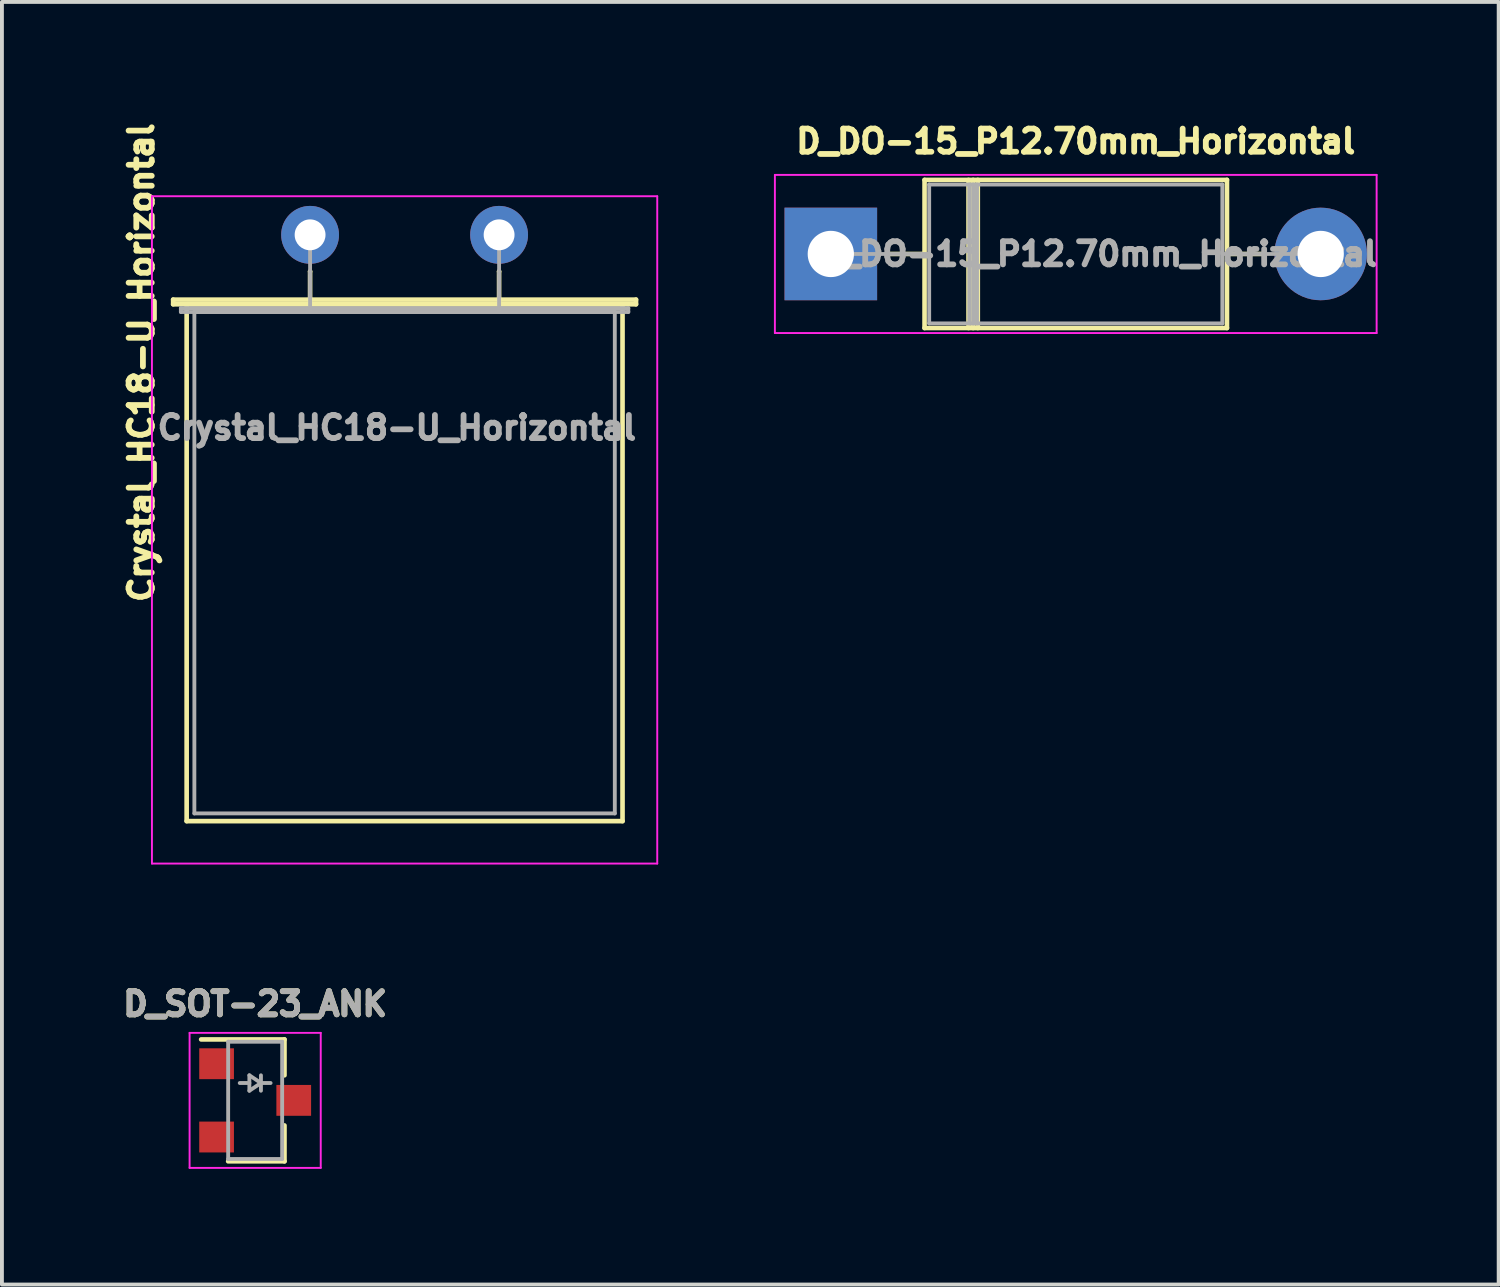
<source format=kicad_pcb>
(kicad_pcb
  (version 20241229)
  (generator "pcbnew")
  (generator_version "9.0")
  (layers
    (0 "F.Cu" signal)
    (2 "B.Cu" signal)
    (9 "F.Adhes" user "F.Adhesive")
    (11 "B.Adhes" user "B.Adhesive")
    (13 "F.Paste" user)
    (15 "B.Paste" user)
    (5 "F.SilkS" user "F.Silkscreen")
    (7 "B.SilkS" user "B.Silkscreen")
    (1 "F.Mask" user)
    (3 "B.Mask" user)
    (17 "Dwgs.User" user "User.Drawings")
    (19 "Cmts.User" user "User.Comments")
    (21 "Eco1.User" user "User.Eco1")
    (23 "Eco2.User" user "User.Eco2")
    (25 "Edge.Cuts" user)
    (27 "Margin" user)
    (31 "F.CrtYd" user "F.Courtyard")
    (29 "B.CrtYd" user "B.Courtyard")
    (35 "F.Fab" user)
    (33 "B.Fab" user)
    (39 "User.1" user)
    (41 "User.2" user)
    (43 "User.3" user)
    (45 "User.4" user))
  (footprint "D_SOT-23_ANK"
    (layer "F.Cu")
    (at 3.565 25.477)
    (property "Reference" "D_SOT-23_ANK" (at 0 -2.5 0) (layer "F.SilkS") (effects (font (size 0.6 0.6) (thickness 0.15))))
    (attr smd)
    (fp_line (start 0.76 -1.58) (end -1.4 -1.58) (stroke (width 0.12) (type solid)) (layer "F.SilkS"))
    (fp_line (start 0.76 -1.58) (end 0.76 -0.65) (stroke (width 0.12) (type solid)) (layer "F.SilkS"))
    (fp_line (start 0.76 1.58) (end -0.7 1.58) (stroke (width 0.12) (type solid)) (layer "F.SilkS"))
    (fp_line (start 0.76 1.58) (end 0.76 0.65) (stroke (width 0.12) (type solid)) (layer "F.SilkS"))
    (fp_line (start -1.7 -1.75) (end 1.7 -1.75) (stroke (width 0.05) (type solid)) (layer "F.CrtYd"))
    (fp_line (start -1.7 1.75) (end -1.7 -1.75) (stroke (width 0.05) (type solid)) (layer "F.CrtYd"))
    (fp_line (start 1.7 -1.75) (end 1.7 1.75) (stroke (width 0.05) (type solid)) (layer "F.CrtYd"))
    (fp_line (start 1.7 1.75) (end -1.7 1.75) (stroke (width 0.05) (type solid)) (layer "F.CrtYd"))
    (fp_line (start -0.7 -1.52) (end -0.7 1.52) (stroke (width 0.1) (type solid)) (layer "F.Fab"))
    (fp_line (start -0.7 -1.52) (end 0.7 -1.52) (stroke (width 0.1) (type solid)) (layer "F.Fab"))
    (fp_line (start -0.7 1.52) (end 0.7 1.52) (stroke (width 0.1) (type solid)) (layer "F.Fab"))
    (fp_line (start -0.15 -0.65) (end -0.15 -0.25) (stroke (width 0.1) (type solid)) (layer "F.Fab"))
    (fp_line (start -0.15 -0.45) (end -0.4 -0.45) (stroke (width 0.1) (type solid)) (layer "F.Fab"))
    (fp_line (start -0.15 -0.25) (end 0.15 -0.45) (stroke (width 0.1) (type solid)) (layer "F.Fab"))
    (fp_line (start 0.15 -0.65) (end 0.15 -0.25) (stroke (width 0.1) (type solid)) (layer "F.Fab"))
    (fp_line (start 0.15 -0.45) (end -0.15 -0.65) (stroke (width 0.1) (type solid)) (layer "F.Fab"))
    (fp_line (start 0.15 -0.45) (end 0.4 -0.45) (stroke (width 0.1) (type solid)) (layer "F.Fab"))
    (fp_line (start 0.7 -1.52) (end 0.7 1.52) (stroke (width 0.1) (type solid)) (layer "F.Fab"))
    (fp_text user "${REFERENCE}" (at 0 -2.5 0) (layer "F.Fab") (effects (font (size 0.6 0.6) (thickness 0.15))))
    (pad "" smd rect (at -1 0.95) (size 0.9 0.8) (layers "F.Cu" "F.Mask" "F.Paste"))
    (pad "1" smd rect (at 1 0) (size 0.9 0.8) (layers "F.Cu" "F.Mask" "F.Paste"))
    (pad "2" smd rect (at -1 -0.95) (size 0.9 0.8) (layers "F.Cu" "F.Mask" "F.Paste")))
  (footprint "D_DO-15_P12.70mm_Horizontal"
    (layer "F.Cu")
    (at 18.489 3.534)
    (property "Reference" "D_DO-15_P12.70mm_Horizontal" (at 6.35 -2.92 0) (layer "F.SilkS") (effects (font (size 0.6 0.6) (thickness 0.15))))
    (attr through_hole)
    (fp_line (start 1.44 0) (end 2.43 0) (stroke (width 0.12) (type solid)) (layer "F.SilkS"))
    (fp_line (start 2.43 -1.92) (end 2.43 1.92) (stroke (width 0.12) (type solid)) (layer "F.SilkS"))
    (fp_line (start 2.43 1.92) (end 10.27 1.92) (stroke (width 0.12) (type solid)) (layer "F.SilkS"))
    (fp_line (start 3.57 -1.92) (end 3.57 1.92) (stroke (width 0.12) (type solid)) (layer "F.SilkS"))
    (fp_line (start 3.69 -1.92) (end 3.69 1.92) (stroke (width 0.12) (type solid)) (layer "F.SilkS"))
    (fp_line (start 3.81 -1.92) (end 3.81 1.92) (stroke (width 0.12) (type solid)) (layer "F.SilkS"))
    (fp_line (start 10.27 -1.92) (end 2.43 -1.92) (stroke (width 0.12) (type solid)) (layer "F.SilkS"))
    (fp_line (start 10.27 1.92) (end 10.27 -1.92) (stroke (width 0.12) (type solid)) (layer "F.SilkS"))
    (fp_line (start 11.26 0) (end 10.27 0) (stroke (width 0.12) (type solid)) (layer "F.SilkS"))
    (fp_line (start -1.45 -2.05) (end -1.45 2.05) (stroke (width 0.05) (type solid)) (layer "F.CrtYd"))
    (fp_line (start -1.45 2.05) (end 14.15 2.05) (stroke (width 0.05) (type solid)) (layer "F.CrtYd"))
    (fp_line (start 14.15 -2.05) (end -1.45 -2.05) (stroke (width 0.05) (type solid)) (layer "F.CrtYd"))
    (fp_line (start 14.15 2.05) (end 14.15 -2.05) (stroke (width 0.05) (type solid)) (layer "F.CrtYd"))
    (fp_line (start 0 0) (end 2.55 0) (stroke (width 0.1) (type solid)) (layer "F.Fab"))
    (fp_line (start 2.55 -1.8) (end 2.55 1.8) (stroke (width 0.1) (type solid)) (layer "F.Fab"))
    (fp_line (start 2.55 1.8) (end 10.15 1.8) (stroke (width 0.1) (type solid)) (layer "F.Fab"))
    (fp_line (start 3.59 -1.8) (end 3.59 1.8) (stroke (width 0.1) (type solid)) (layer "F.Fab"))
    (fp_line (start 3.69 -1.8) (end 3.69 1.8) (stroke (width 0.1) (type solid)) (layer "F.Fab"))
    (fp_line (start 3.79 -1.8) (end 3.79 1.8) (stroke (width 0.1) (type solid)) (layer "F.Fab"))
    (fp_line (start 10.15 -1.8) (end 2.55 -1.8) (stroke (width 0.1) (type solid)) (layer "F.Fab"))
    (fp_line (start 10.15 1.8) (end 10.15 -1.8) (stroke (width 0.1) (type solid)) (layer "F.Fab"))
    (fp_line (start 12.7 0) (end 10.15 0) (stroke (width 0.1) (type solid)) (layer "F.Fab"))
    (fp_text user "${REFERENCE}" (at 6.92 0 0) (layer "F.Fab") (effects (font (size 0.6 0.6) (thickness 0.15))))
    (pad "1" thru_hole rect (at 0 0) (size 2.4 2.4) (drill 1.2) (layers "*.Cu" "*.Mask"))
    (pad "2" thru_hole oval (at 12.7 0) (size 2.4 2.4) (drill 1.2) (layers "*.Cu" "*.Mask")))
  (footprint "Crystal_HC18-U_Horizontal"
    (layer "F.Cu")
    (at 4.989 3.038)
    (property "Reference" "Crystal_HC18-U_Horizontal" (at -4.375 3.312 90) (layer "F.SilkS") (effects (font (size 0.6 0.6) (thickness 0.15))))
    (attr through_hole)
    (fp_line (start -3.55 1.68) (end 8.45 1.68) (stroke (width 0.12) (type solid)) (layer "F.SilkS"))
    (fp_line (start -3.55 1.8) (end -3.55 1.68) (stroke (width 0.12) (type solid)) (layer "F.SilkS"))
    (fp_line (start -3.2 1.8) (end -3.2 15.2) (stroke (width 0.12) (type solid)) (layer "F.SilkS"))
    (fp_line (start -3.2 15.2) (end 8.1 15.2) (stroke (width 0.12) (type solid)) (layer "F.SilkS"))
    (fp_line (start 0 0.95) (end 0 0.95) (stroke (width 0.12) (type solid)) (layer "F.SilkS"))
    (fp_line (start 0 1.8) (end 0 0.95) (stroke (width 0.12) (type solid)) (layer "F.SilkS"))
    (fp_line (start 4.9 0.95) (end 4.9 0.95) (stroke (width 0.12) (type solid)) (layer "F.SilkS"))
    (fp_line (start 4.9 1.8) (end 4.9 0.95) (stroke (width 0.12) (type solid)) (layer "F.SilkS"))
    (fp_line (start 8.1 1.8) (end -3.2 1.8) (stroke (width 0.12) (type solid)) (layer "F.SilkS"))
    (fp_line (start 8.1 15.2) (end 8.1 1.8) (stroke (width 0.12) (type solid)) (layer "F.SilkS"))
    (fp_line (start 8.45 1.68) (end 8.45 1.8) (stroke (width 0.12) (type solid)) (layer "F.SilkS"))
    (fp_line (start 8.45 1.8) (end -3.55 1.8) (stroke (width 0.12) (type solid)) (layer "F.SilkS"))
    (fp_line (start -4.1 -1) (end -4.1 16.3) (stroke (width 0.05) (type solid)) (layer "F.CrtYd"))
    (fp_line (start -4.1 16.3) (end 9 16.3) (stroke (width 0.05) (type solid)) (layer "F.CrtYd"))
    (fp_line (start 9 -1) (end -4.1 -1) (stroke (width 0.05) (type solid)) (layer "F.CrtYd"))
    (fp_line (start 9 16.3) (end 9 -1) (stroke (width 0.05) (type solid)) (layer "F.CrtYd"))
    (fp_line (start -3.35 1.9) (end 8.25 1.9) (stroke (width 0.1) (type solid)) (layer "F.Fab"))
    (fp_line (start -3.35 2) (end -3.35 1.9) (stroke (width 0.1) (type solid)) (layer "F.Fab"))
    (fp_line (start -3 2) (end -3 15) (stroke (width 0.1) (type solid)) (layer "F.Fab"))
    (fp_line (start -3 15) (end 7.9 15) (stroke (width 0.1) (type solid)) (layer "F.Fab"))
    (fp_line (start 0 1) (end 0 0) (stroke (width 0.1) (type solid)) (layer "F.Fab"))
    (fp_line (start 0 2) (end 0 1) (stroke (width 0.1) (type solid)) (layer "F.Fab"))
    (fp_line (start 4.9 1) (end 4.9 0) (stroke (width 0.1) (type solid)) (layer "F.Fab"))
    (fp_line (start 4.9 2) (end 4.9 1) (stroke (width 0.1) (type solid)) (layer "F.Fab"))
    (fp_line (start 7.9 2) (end -3 2) (stroke (width 0.1) (type solid)) (layer "F.Fab"))
    (fp_line (start 7.9 15) (end 7.9 2) (stroke (width 0.1) (type solid)) (layer "F.Fab"))
    (fp_line (start 8.25 1.9) (end 8.25 2) (stroke (width 0.1) (type solid)) (layer "F.Fab"))
    (fp_line (start 8.25 2) (end -3.35 2) (stroke (width 0.1) (type solid)) (layer "F.Fab"))
    (fp_text user "${REFERENCE}" (at 2.25 5 0) (layer "F.Fab") (effects (font (size 0.6 0.6) (thickness 0.15))))
    (pad "1" thru_hole circle (at 0 0) (size 1.5 1.5) (drill 0.8) (layers "*.Cu" "*.Mask"))
    (pad "2" thru_hole circle (at 4.9 0) (size 1.5 1.5) (drill 0.8) (layers "*.Cu" "*.Mask")))
  (gr_rect
    (start -3 -3)
    (end 35.803 30.252)
    (stroke (width 0.1) (type default))
    (fill no)
    (layer "Edge.Cuts")))
</source>
